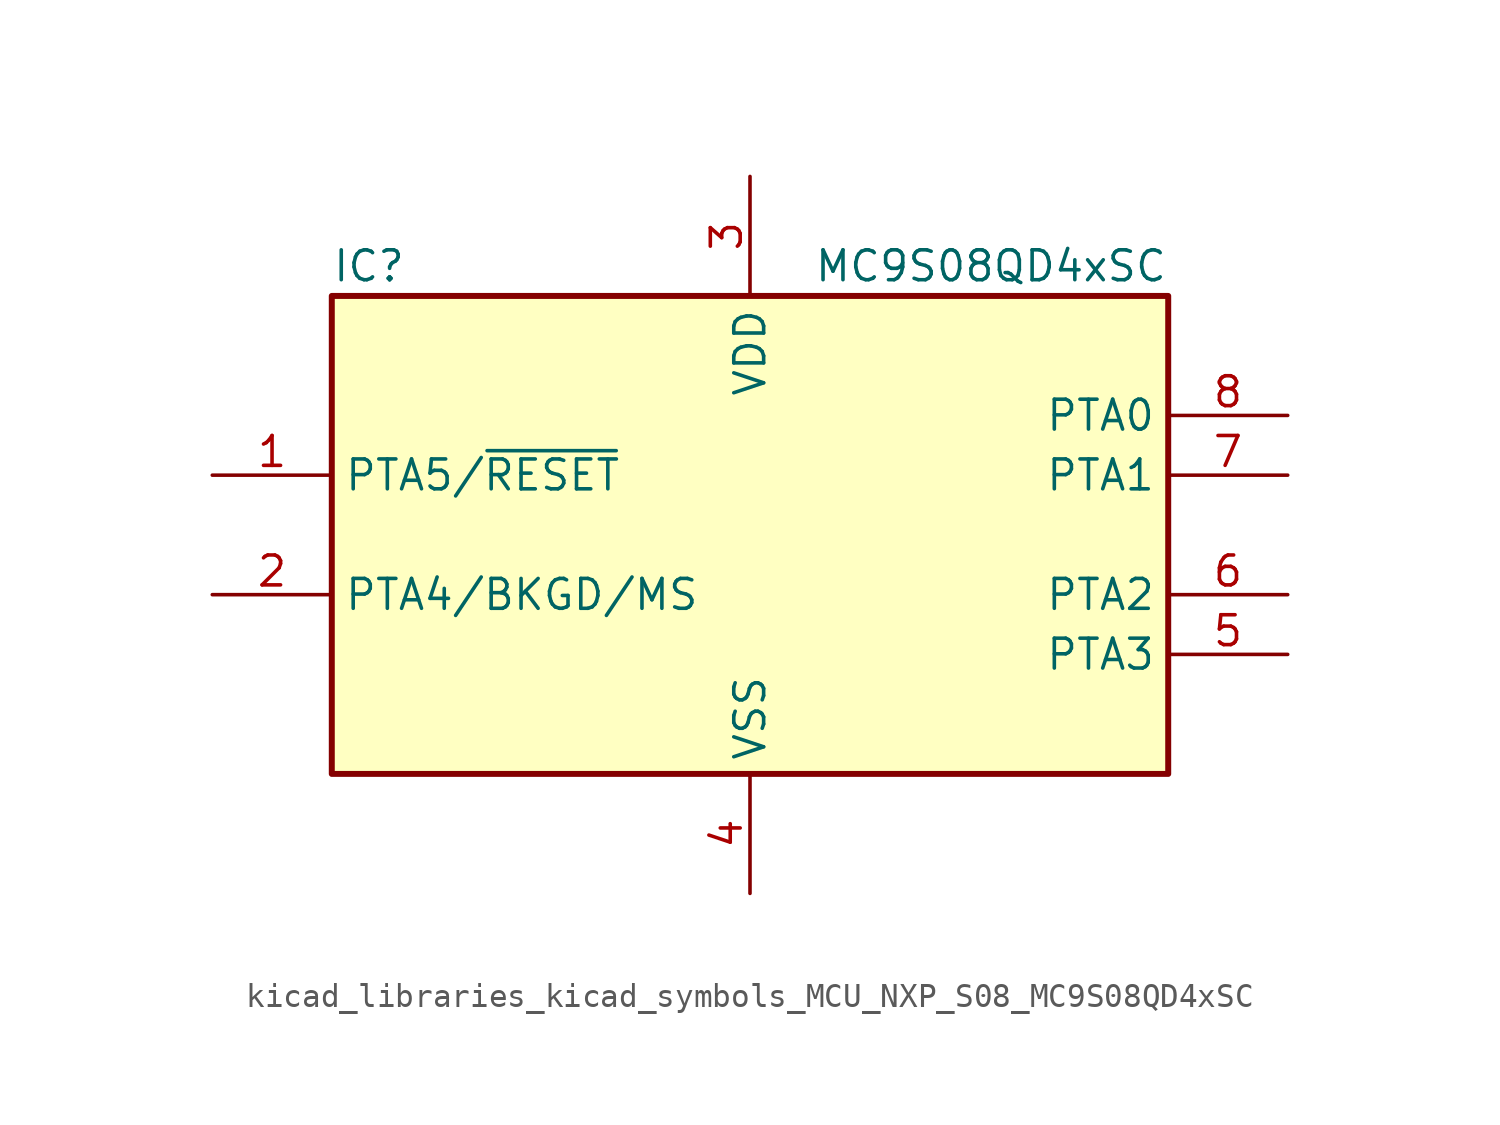
<source format=kicad_sym>
(kicad_symbol_lib
  (version 20220914)
  (generator kicad_symbol_editor)
  (symbol "kicad_libraries_kicad_symbols_MCU_NXP_S08_MC9S08QD4xSC"
    (property "Reference" "IC"
      (at -17.78 11.43 0)
      (effects (font (size 1.27 1.27)) (justify left)))
    (property "Value" "MC9S08QD4xSC"
      (at 17.78 11.43 0)
      (effects (font (size 1.27 1.27)) (justify right)))
    (symbol "kicad_libraries_kicad_symbols_MCU_NXP_S08_MC9S08QD4xSC_0_1"
      (rectangle (start -17.78 10.16) (end 17.78 -10.16) (stroke (width 0.254) (type default)) (fill (type background))))
    (symbol "kicad_libraries_kicad_symbols_MCU_NXP_S08_MC9S08QD4xSC_1_1"
      (pin bidirectional line (at -22.86 2.54 0) (length 5.08) (name "PTA5/~{RESET}" (effects (font (size 1.27 1.27)))) (number "1" (effects (font (size 1.27 1.27)))))
      (pin bidirectional line (at -22.86 -2.54 0) (length 5.08) (name "PTA4/BKGD/MS" (effects (font (size 1.27 1.27)))) (number "2" (effects (font (size 1.27 1.27)))))
      (pin power_in line (at 0 15.24 270) (length 5.08) (name "VDD" (effects (font (size 1.27 1.27)))) (number "3" (effects (font (size 1.27 1.27)))))
      (pin power_in line (at 0 -15.24 90) (length 5.08) (name "VSS" (effects (font (size 1.27 1.27)))) (number "4" (effects (font (size 1.27 1.27)))))
      (pin bidirectional line (at 22.86 -5.08 180) (length 5.08) (name "PTA3" (effects (font (size 1.27 1.27)))) (number "5" (effects (font (size 1.27 1.27)))))
      (pin bidirectional line (at 22.86 -2.54 180) (length 5.08) (name "PTA2" (effects (font (size 1.27 1.27)))) (number "6" (effects (font (size 1.27 1.27)))))
      (pin bidirectional line (at 22.86 2.54 180) (length 5.08) (name "PTA1" (effects (font (size 1.27 1.27)))) (number "7" (effects (font (size 1.27 1.27)))))
      (pin bidirectional line (at 22.86 5.08 180) (length 5.08) (name "PTA0" (effects (font (size 1.27 1.27)))) (number "8" (effects (font (size 1.27 1.27))))))))
</source>
